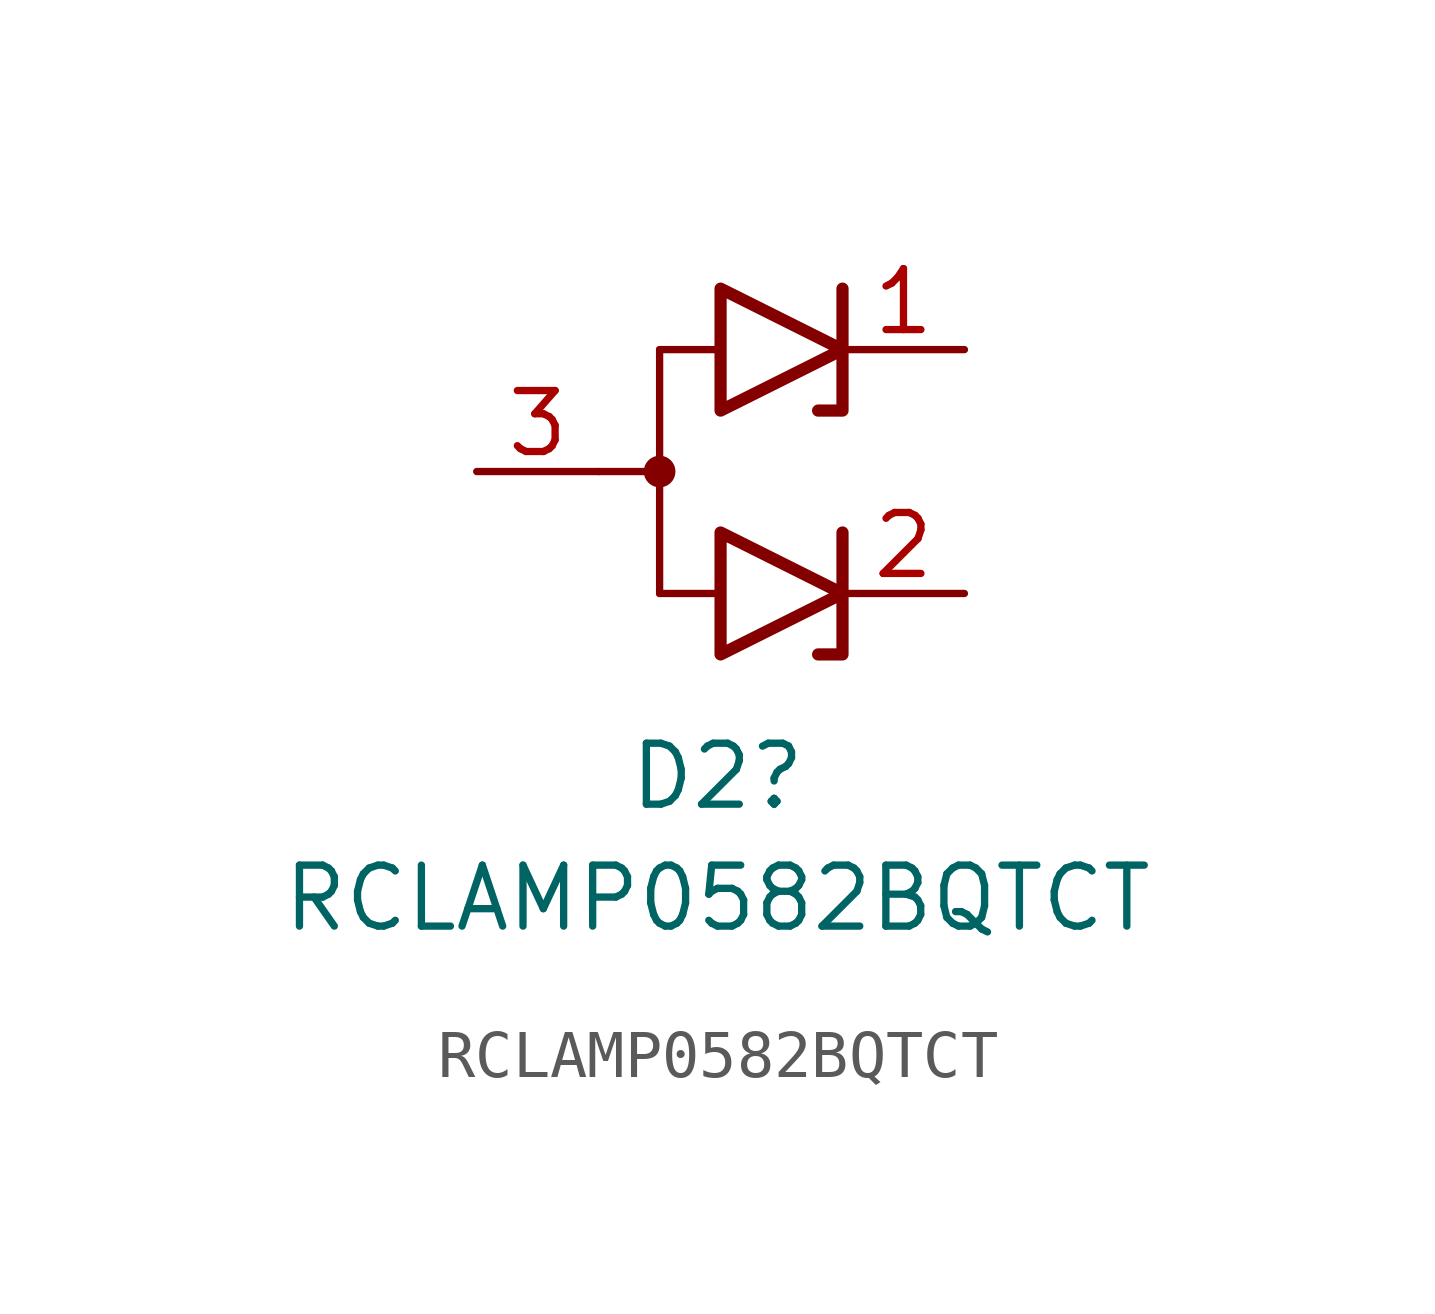
<source format=kicad_sym>
(kicad_symbol_lib
  (version 20211014)
  (generator kicad_symbol_editor)
  (symbol "RCLAMP0582BQTCT"
    (pin_names hide)
    (property "Reference" "D2"
      (at -0.064 -6.35 0)
      (effects (font (size 1.27 1.27))))
    (property "Value" "RCLAMP0582BQTCT"
      (at -0.064 -8.89 0)
      (effects (font (size 1.27 1.27))))
    (symbol "RCLAMP0582BQTCT_0_1"
      (polyline (pts (xy -2.54 0) (xy -1.27 0)) (stroke (width 0) (type default) (color 0 0 0 0)) (fill (type none)))
      (polyline (pts (xy -1.27 2.54) (xy -1.27 -2.54)) (stroke (width 0) (type default) (color 0 0 0 0)) (fill (type none)))
      (polyline (pts (xy 0 2.54) (xy -1.27 2.54)) (stroke (width 0.152) (type default) (color 0 0 0 0)) (fill (type none)))
      (polyline (pts (xy 2.54 3.81) (xy 2.54 1.27) (xy 2.032 1.27)) (stroke (width 0.254) (type default) (color 0 0 0 0)) (fill (type none)))
      (polyline (pts (xy 0 1.27) (xy 0 3.81) (xy 2.54 2.54) (xy 0 1.27)) (stroke (width 0.254) (type default) (color 0 0 0 0)) (fill (type none)))
      (pin passive line (at -5.08 0 0) (length 2.54) (name "A" (effects (font (size 1.27 1.27)))) (number "3" (effects (font (size 1.27 1.27))))))
    (symbol "RCLAMP0582BQTCT_1_1"
      (circle (center -1.27 0) (radius 0.254) (stroke (width 0) (type default) (color 0 0 0 0)) (fill (type outline)))
      (polyline (pts (xy 0 -2.54) (xy -1.27 -2.54)) (stroke (width 0.152) (type default) (color 0 0 0 0)) (fill (type none)))
      (polyline (pts (xy 2.54 -1.27) (xy 2.54 -3.81) (xy 2.032 -3.81)) (stroke (width 0.254) (type default) (color 0 0 0 0)) (fill (type none)))
      (polyline (pts (xy 0 -3.81) (xy 0 -1.27) (xy 2.54 -2.54) (xy 0 -3.81)) (stroke (width 0.254) (type default) (color 0 0 0 0)) (fill (type none)))
      (pin passive line (at 5.08 2.54 180) (length 2.54) (name "K1" (effects (font (size 1.27 1.27)))) (number "1" (effects (font (size 1.27 1.27)))))
      (pin passive line (at 5.08 -2.54 180) (length 2.54) (name "K2" (effects (font (size 1.27 1.27)))) (number "2" (effects (font (size 1.27 1.27))))))))
</source>
